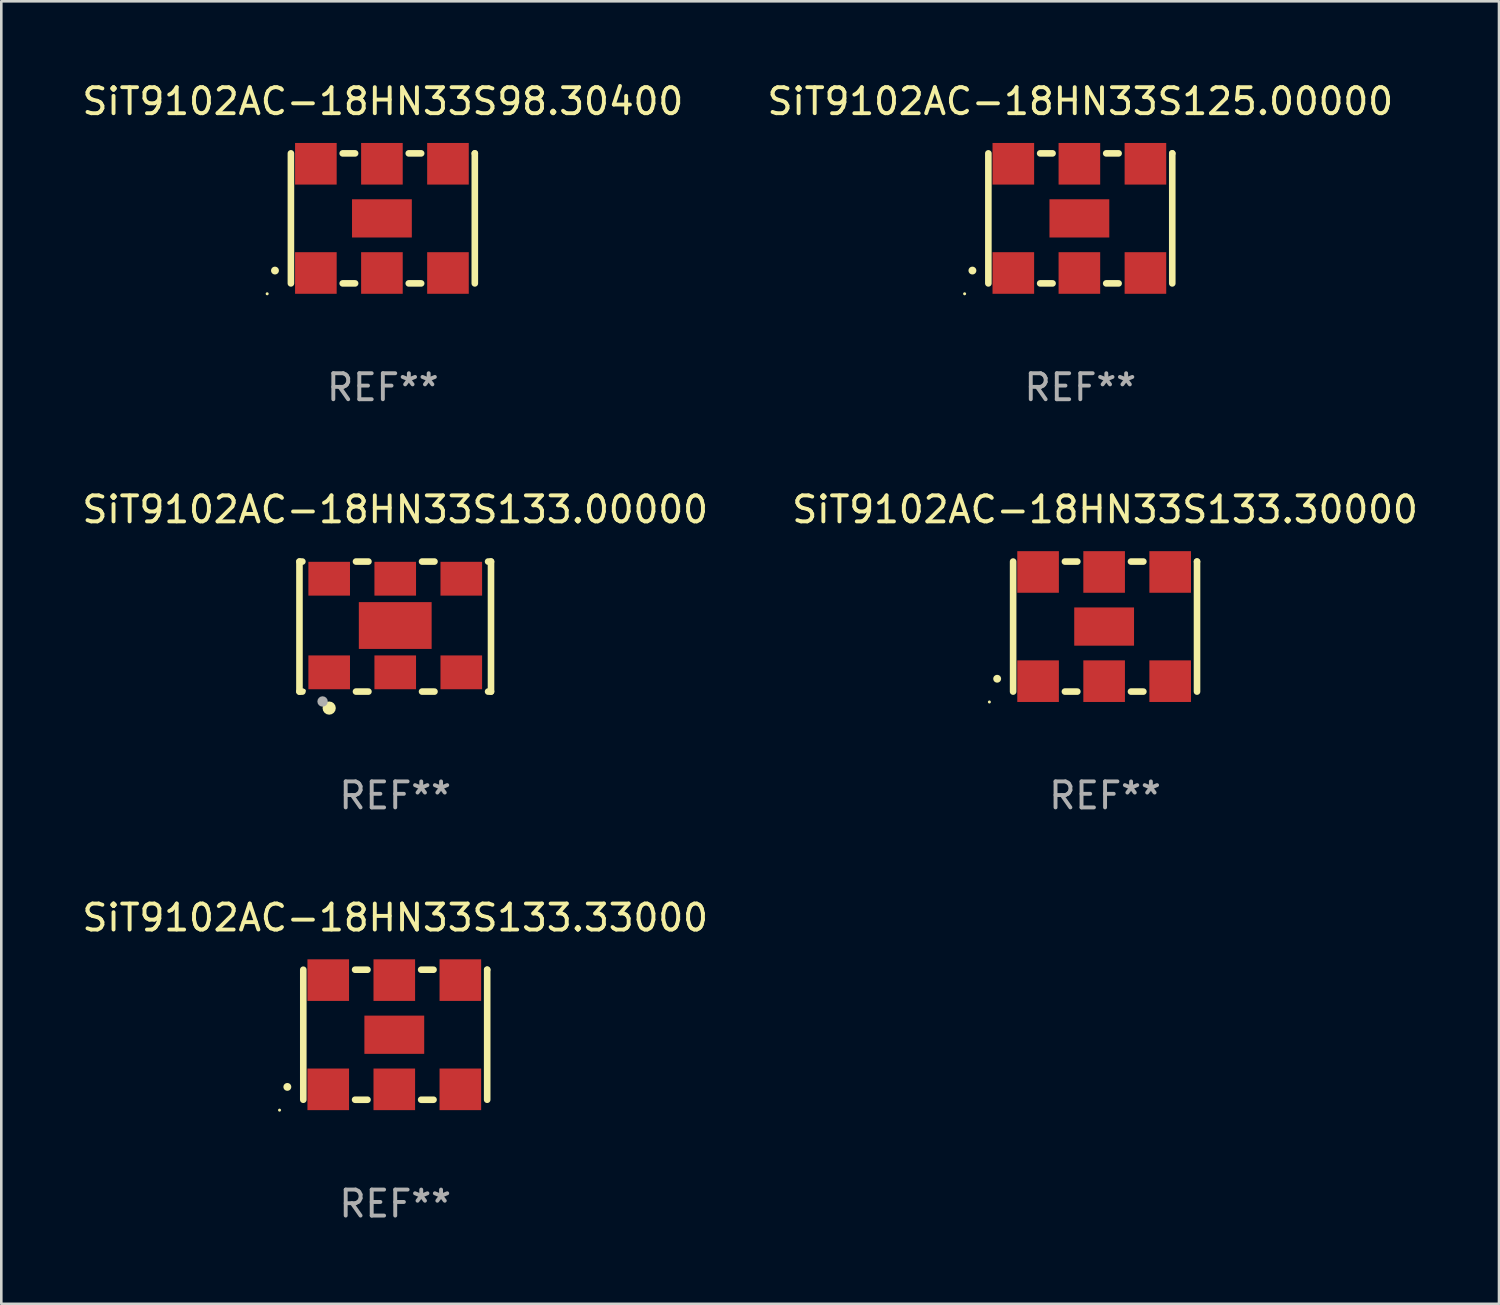
<source format=kicad_pcb>
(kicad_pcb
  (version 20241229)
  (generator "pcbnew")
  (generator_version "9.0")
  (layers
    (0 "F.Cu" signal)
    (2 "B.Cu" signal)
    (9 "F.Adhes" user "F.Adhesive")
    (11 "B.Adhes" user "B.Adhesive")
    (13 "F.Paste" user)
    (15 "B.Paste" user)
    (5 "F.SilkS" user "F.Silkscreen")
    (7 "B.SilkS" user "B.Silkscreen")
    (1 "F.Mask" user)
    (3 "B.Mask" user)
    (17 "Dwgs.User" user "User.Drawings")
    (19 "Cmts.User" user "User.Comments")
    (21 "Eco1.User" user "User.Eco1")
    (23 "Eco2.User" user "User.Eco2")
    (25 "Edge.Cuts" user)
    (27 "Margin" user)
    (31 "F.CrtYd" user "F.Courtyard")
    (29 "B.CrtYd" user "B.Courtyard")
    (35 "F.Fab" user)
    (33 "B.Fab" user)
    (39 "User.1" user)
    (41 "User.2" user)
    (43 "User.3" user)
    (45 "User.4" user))
  (footprint "SiT9102AC-18HN33S133.33000"
    (layer "F.Cu")
    (at 12.149 36.741)
    (property "Reference" "SiT9102AC-18HN33S133.33000" (at 0 -4.5 0) (layer "F.SilkS") (effects (font (size 1 1) (thickness 0.15))))
    (attr through_hole)
    (fp_line (start -3.536 -2.5) (end -3.536 2.5) (stroke (width 0.254) (type solid)) (layer "F.SilkS"))
    (fp_line (start -1.544 2.5) (end -1.067 2.5) (stroke (width 0.254) (type solid)) (layer "F.SilkS"))
    (fp_line (start -1.067 -2.5) (end -1.544 -2.5) (stroke (width 0.254) (type solid)) (layer "F.SilkS"))
    (fp_line (start 0.996 2.5) (end 1.473 2.5) (stroke (width 0.254) (type solid)) (layer "F.SilkS"))
    (fp_line (start 1.473 -2.5) (end 0.996 -2.5) (stroke (width 0.254) (type solid)) (layer "F.SilkS"))
    (fp_line (start 3.536 -2.5) (end 3.536 -2.5) (stroke (width 0.254) (type solid)) (layer "F.SilkS"))
    (fp_line (start 3.536 2.5) (end 3.536 -2.5) (stroke (width 0.254) (type solid)) (layer "F.SilkS"))
    (fp_arc (start -4.150432 2.006604) (mid -4.149162 2.006599) (end -4.147892 2.006604) (stroke (width 0.3) (type solid)) (layer "F.SilkS"))
    (fp_circle (center -4.449 2.9) (end -4.419 2.9) (stroke (width 0.06) (type solid)) (fill no) (layer "F.SilkS"))
    (fp_text user "REF**" (at 0 6.5 0) (layer "F.Fab") (effects (font (size 1 1) (thickness 0.15))))
    (pad "1" smd rect (at -2.576 2.1) (size 1.6 1.6) (layers "F.Cu" "F.Mask" "F.Paste"))
    (pad "2" smd rect (at -0.036 2.1) (size 1.6 1.6) (layers "F.Cu" "F.Mask" "F.Paste"))
    (pad "3" smd rect (at 2.504 2.1) (size 1.6 1.6) (layers "F.Cu" "F.Mask" "F.Paste"))
    (pad "4" smd rect (at 2.504 -2.1) (size 1.6 1.6) (layers "F.Cu" "F.Mask" "F.Paste"))
    (pad "5" smd rect (at -0.036 -2.1) (size 1.6 1.6) (layers "F.Cu" "F.Mask" "F.Paste"))
    (pad "6" smd rect (at -2.576 -2.1) (size 1.6 1.6) (layers "F.Cu" "F.Mask" "F.Paste"))
    (pad "7" smd rect (at -0.036 0) (size 2.3 1.47) (layers "F.Cu" "F.Mask" "F.Paste")))
  (footprint "SiT9102AC-18HN33S125.00000"
    (layer "F.Cu")
    (at 38.494 5.348)
    (property "Reference" "SiT9102AC-18HN33S125.00000" (at 0 -4.5 0) (layer "F.SilkS") (effects (font (size 1 1) (thickness 0.15))))
    (attr through_hole)
    (fp_line (start -3.536 -2.5) (end -3.536 2.5) (stroke (width 0.254) (type solid)) (layer "F.SilkS"))
    (fp_line (start -1.544 2.5) (end -1.067 2.5) (stroke (width 0.254) (type solid)) (layer "F.SilkS"))
    (fp_line (start -1.067 -2.5) (end -1.544 -2.5) (stroke (width 0.254) (type solid)) (layer "F.SilkS"))
    (fp_line (start 0.996 2.5) (end 1.473 2.5) (stroke (width 0.254) (type solid)) (layer "F.SilkS"))
    (fp_line (start 1.473 -2.5) (end 0.996 -2.5) (stroke (width 0.254) (type solid)) (layer "F.SilkS"))
    (fp_line (start 3.536 -2.5) (end 3.536 -2.5) (stroke (width 0.254) (type solid)) (layer "F.SilkS"))
    (fp_line (start 3.536 2.5) (end 3.536 -2.5) (stroke (width 0.254) (type solid)) (layer "F.SilkS"))
    (fp_arc (start -4.150432 2.006604) (mid -4.149162 2.006599) (end -4.147892 2.006604) (stroke (width 0.3) (type solid)) (layer "F.SilkS"))
    (fp_circle (center -4.449 2.9) (end -4.419 2.9) (stroke (width 0.06) (type solid)) (fill no) (layer "F.SilkS"))
    (fp_text user "REF**" (at 0 6.5 0) (layer "F.Fab") (effects (font (size 1 1) (thickness 0.15))))
    (pad "1" smd rect (at -2.576 2.1) (size 1.6 1.6) (layers "F.Cu" "F.Mask" "F.Paste"))
    (pad "2" smd rect (at -0.036 2.1) (size 1.6 1.6) (layers "F.Cu" "F.Mask" "F.Paste"))
    (pad "3" smd rect (at 2.504 2.1) (size 1.6 1.6) (layers "F.Cu" "F.Mask" "F.Paste"))
    (pad "4" smd rect (at 2.504 -2.1) (size 1.6 1.6) (layers "F.Cu" "F.Mask" "F.Paste"))
    (pad "5" smd rect (at -0.036 -2.1) (size 1.6 1.6) (layers "F.Cu" "F.Mask" "F.Paste"))
    (pad "6" smd rect (at -2.576 -2.1) (size 1.6 1.6) (layers "F.Cu" "F.Mask" "F.Paste"))
    (pad "7" smd rect (at -0.036 0) (size 2.3 1.47) (layers "F.Cu" "F.Mask" "F.Paste")))
  (footprint "SiT9102AC-18HN33S133.00000"
    (layer "F.Cu")
    (at 12.149 21.045)
    (property "Reference" "SiT9102AC-18HN33S133.00000" (at 0 -4.5 0) (layer "F.SilkS") (effects (font (size 1 1) (thickness 0.15))))
    (attr through_hole)
    (fp_line (start -3.683 -2.5) (end -3.571 -2.5) (stroke (width 0.254) (type solid)) (layer "F.SilkS"))
    (fp_line (start -3.683 2.5) (end -3.683 -2.5) (stroke (width 0.254) (type solid)) (layer "F.SilkS"))
    (fp_line (start -3.683 2.5) (end -3.571 2.5) (stroke (width 0.254) (type solid)) (layer "F.SilkS"))
    (fp_line (start -1.509 -2.5) (end -1.031 -2.5) (stroke (width 0.254) (type solid)) (layer "F.SilkS"))
    (fp_line (start -1.509 2.5) (end -1.031 2.5) (stroke (width 0.254) (type solid)) (layer "F.SilkS"))
    (fp_line (start 1.031 -2.5) (end 1.509 -2.5) (stroke (width 0.254) (type solid)) (layer "F.SilkS"))
    (fp_line (start 1.031 2.5) (end 1.509 2.5) (stroke (width 0.254) (type solid)) (layer "F.SilkS"))
    (fp_line (start 3.571 -2.5) (end 3.683 -2.5) (stroke (width 0.254) (type solid)) (layer "F.SilkS"))
    (fp_line (start 3.571 2.5) (end 3.683 2.5) (stroke (width 0.254) (type solid)) (layer "F.SilkS"))
    (fp_line (start 3.683 2.5) (end 3.683 -2.5) (stroke (width 0.254) (type solid)) (layer "F.SilkS"))
    (fp_circle (center -3.5 2.46) (end -3.47 2.46) (stroke (width 0.06) (type solid)) (fill no) (layer "F.SilkS"))
    (fp_circle (center -2.54 3.135) (end -2.413 3.135) (stroke (width 0.254) (type solid)) (fill no) (layer "F.SilkS"))
    (fp_circle (center -2.794 2.881) (end -2.694 2.881) (stroke (width 0.2) (type solid)) (fill no) (layer "F.Fab"))
    (fp_text user "REF**" (at 0 6.5 0) (layer "F.Fab") (effects (font (size 1 1) (thickness 0.15))))
    (pad "1" smd rect (at -2.54 1.76) (size 1.6 1.3) (layers "F.Cu" "F.Mask" "F.Paste"))
    (pad "2" smd rect (at 0 1.76) (size 1.6 1.3) (layers "F.Cu" "F.Mask" "F.Paste"))
    (pad "3" smd rect (at 2.54 1.76) (size 1.6 1.3) (layers "F.Cu" "F.Mask" "F.Paste"))
    (pad "4" smd rect (at 2.54 -1.84) (size 1.6 1.3) (layers "F.Cu" "F.Mask" "F.Paste"))
    (pad "5" smd rect (at 0 -1.84) (size 1.6 1.3) (layers "F.Cu" "F.Mask" "F.Paste"))
    (pad "6" smd rect (at -2.54 -1.84) (size 1.6 1.3) (layers "F.Cu" "F.Mask" "F.Paste"))
    (pad "7" smd rect (at 0 -0.04) (size 2.8 1.8) (layers "F.Cu" "F.Mask" "F.Paste")))
  (footprint "SiT9102AC-18HN33S133.30000"
    (layer "F.Cu")
    (at 39.446 21.045)
    (property "Reference" "SiT9102AC-18HN33S133.30000" (at 0 -4.5 0) (layer "F.SilkS") (effects (font (size 1 1) (thickness 0.15))))
    (attr through_hole)
    (fp_line (start -3.536 -2.5) (end -3.536 2.5) (stroke (width 0.254) (type solid)) (layer "F.SilkS"))
    (fp_line (start -1.544 2.5) (end -1.067 2.5) (stroke (width 0.254) (type solid)) (layer "F.SilkS"))
    (fp_line (start -1.067 -2.5) (end -1.544 -2.5) (stroke (width 0.254) (type solid)) (layer "F.SilkS"))
    (fp_line (start 0.996 2.5) (end 1.473 2.5) (stroke (width 0.254) (type solid)) (layer "F.SilkS"))
    (fp_line (start 1.473 -2.5) (end 0.996 -2.5) (stroke (width 0.254) (type solid)) (layer "F.SilkS"))
    (fp_line (start 3.536 -2.5) (end 3.536 -2.5) (stroke (width 0.254) (type solid)) (layer "F.SilkS"))
    (fp_line (start 3.536 2.5) (end 3.536 -2.5) (stroke (width 0.254) (type solid)) (layer "F.SilkS"))
    (fp_arc (start -4.150432 2.006604) (mid -4.149162 2.006599) (end -4.147892 2.006604) (stroke (width 0.3) (type solid)) (layer "F.SilkS"))
    (fp_circle (center -4.449 2.9) (end -4.419 2.9) (stroke (width 0.06) (type solid)) (fill no) (layer "F.SilkS"))
    (fp_text user "REF**" (at 0 6.5 0) (layer "F.Fab") (effects (font (size 1 1) (thickness 0.15))))
    (pad "1" smd rect (at -2.576 2.1) (size 1.6 1.6) (layers "F.Cu" "F.Mask" "F.Paste"))
    (pad "2" smd rect (at -0.036 2.1) (size 1.6 1.6) (layers "F.Cu" "F.Mask" "F.Paste"))
    (pad "3" smd rect (at 2.504 2.1) (size 1.6 1.6) (layers "F.Cu" "F.Mask" "F.Paste"))
    (pad "4" smd rect (at 2.504 -2.1) (size 1.6 1.6) (layers "F.Cu" "F.Mask" "F.Paste"))
    (pad "5" smd rect (at -0.036 -2.1) (size 1.6 1.6) (layers "F.Cu" "F.Mask" "F.Paste"))
    (pad "6" smd rect (at -2.576 -2.1) (size 1.6 1.6) (layers "F.Cu" "F.Mask" "F.Paste"))
    (pad "7" smd rect (at -0.036 0) (size 2.3 1.47) (layers "F.Cu" "F.Mask" "F.Paste")))
  (footprint "SiT9102AC-18HN33S98.30400"
    (layer "F.Cu")
    (at 11.673 5.348)
    (property "Reference" "SiT9102AC-18HN33S98.30400" (at 0 -4.5 0) (layer "F.SilkS") (effects (font (size 1 1) (thickness 0.15))))
    (attr through_hole)
    (fp_line (start -3.536 -2.5) (end -3.536 2.5) (stroke (width 0.254) (type solid)) (layer "F.SilkS"))
    (fp_line (start -1.544 2.5) (end -1.067 2.5) (stroke (width 0.254) (type solid)) (layer "F.SilkS"))
    (fp_line (start -1.067 -2.5) (end -1.544 -2.5) (stroke (width 0.254) (type solid)) (layer "F.SilkS"))
    (fp_line (start 0.996 2.5) (end 1.473 2.5) (stroke (width 0.254) (type solid)) (layer "F.SilkS"))
    (fp_line (start 1.473 -2.5) (end 0.996 -2.5) (stroke (width 0.254) (type solid)) (layer "F.SilkS"))
    (fp_line (start 3.536 -2.5) (end 3.536 -2.5) (stroke (width 0.254) (type solid)) (layer "F.SilkS"))
    (fp_line (start 3.536 2.5) (end 3.536 -2.5) (stroke (width 0.254) (type solid)) (layer "F.SilkS"))
    (fp_arc (start -4.150432 2.006604) (mid -4.149162 2.006599) (end -4.147892 2.006604) (stroke (width 0.3) (type solid)) (layer "F.SilkS"))
    (fp_circle (center -4.449 2.9) (end -4.419 2.9) (stroke (width 0.06) (type solid)) (fill no) (layer "F.SilkS"))
    (fp_text user "REF**" (at 0 6.5 0) (layer "F.Fab") (effects (font (size 1 1) (thickness 0.15))))
    (pad "1" smd rect (at -2.576 2.1) (size 1.6 1.6) (layers "F.Cu" "F.Mask" "F.Paste"))
    (pad "2" smd rect (at -0.036 2.1) (size 1.6 1.6) (layers "F.Cu" "F.Mask" "F.Paste"))
    (pad "3" smd rect (at 2.504 2.1) (size 1.6 1.6) (layers "F.Cu" "F.Mask" "F.Paste"))
    (pad "4" smd rect (at 2.504 -2.1) (size 1.6 1.6) (layers "F.Cu" "F.Mask" "F.Paste"))
    (pad "5" smd rect (at -0.036 -2.1) (size 1.6 1.6) (layers "F.Cu" "F.Mask" "F.Paste"))
    (pad "6" smd rect (at -2.576 -2.1) (size 1.6 1.6) (layers "F.Cu" "F.Mask" "F.Paste"))
    (pad "7" smd rect (at -0.036 0) (size 2.3 1.47) (layers "F.Cu" "F.Mask" "F.Paste")))
  (gr_rect
    (start -3 -3)
    (end 54.595 47.09)
    (stroke (width 0.1) (type default))
    (fill no)
    (layer "Edge.Cuts")))
</source>
